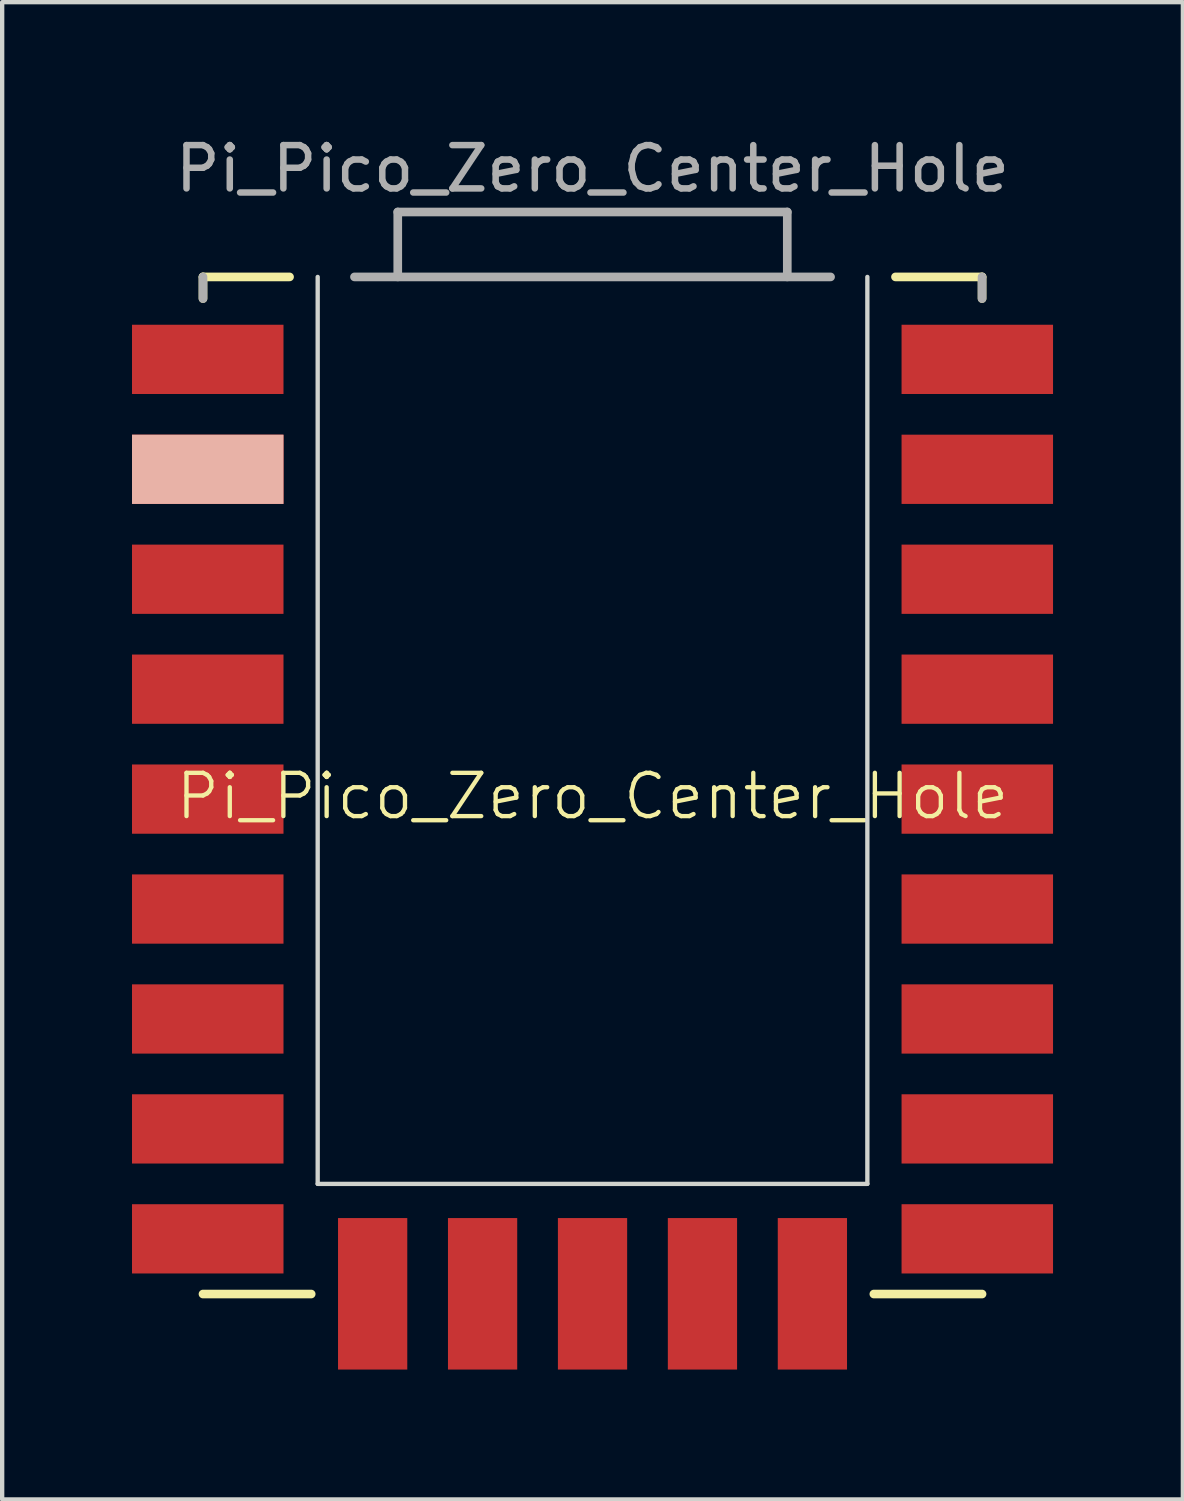
<source format=kicad_pcb>
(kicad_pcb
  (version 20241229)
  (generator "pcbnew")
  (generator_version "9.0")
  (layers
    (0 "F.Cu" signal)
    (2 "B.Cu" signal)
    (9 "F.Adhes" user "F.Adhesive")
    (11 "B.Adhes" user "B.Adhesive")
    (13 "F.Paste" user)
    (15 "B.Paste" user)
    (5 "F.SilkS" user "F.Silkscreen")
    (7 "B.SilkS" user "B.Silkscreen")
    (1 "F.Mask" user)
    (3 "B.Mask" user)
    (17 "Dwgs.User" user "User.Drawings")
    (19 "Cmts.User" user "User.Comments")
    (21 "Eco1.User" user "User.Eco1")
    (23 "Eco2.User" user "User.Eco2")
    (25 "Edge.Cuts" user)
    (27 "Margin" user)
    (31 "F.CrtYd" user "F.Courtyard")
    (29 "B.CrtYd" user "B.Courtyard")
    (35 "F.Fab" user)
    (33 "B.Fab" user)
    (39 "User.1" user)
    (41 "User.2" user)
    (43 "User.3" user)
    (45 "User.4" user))
  (footprint "Pi_Pico_Zero_Center_Hole"
    (layer "F.Cu")
    (at 10.64 15.348)
    (property "Reference" "Pi_Pico_Zero_Center_Hole" (at 0 0 0) (unlocked yes) (layer "F.SilkS") (effects (font (size 1 1) (thickness 0.1))))
    (attr smd)
    (fp_line (start -9 -12) (end -7 -12) (stroke (width 0.2) (type default)) (layer "F.SilkS"))
    (fp_line (start -9 -11.5) (end -9 -12) (stroke (width 0.2) (type default)) (layer "F.SilkS"))
    (fp_line (start -9 11.5) (end -6.5 11.5) (stroke (width 0.2) (type default)) (layer "F.SilkS"))
    (fp_line (start 6.5 11.5) (end 9 11.5) (stroke (width 0.2) (type default)) (layer "F.SilkS"))
    (fp_line (start 9 -12) (end 7 -12) (stroke (width 0.2) (type default)) (layer "F.SilkS"))
    (fp_line (start 9 -11.5) (end 9 -12) (stroke (width 0.2) (type default)) (layer "F.SilkS"))
    (fp_line (start -6.35 -12) (end -6.35 8.955) (stroke (width 0.1) (type default)) (layer "Edge.Cuts"))
    (fp_line (start -6.35 8.955) (end 6.35 8.955) (stroke (width 0.1) (type default)) (layer "Edge.Cuts"))
    (fp_line (start 6.35 8.955) (end 6.35 -12) (stroke (width 0.1) (type default)) (layer "Edge.Cuts"))
    (fp_line (start -9 -12) (end -9 -11.5) (stroke (width 0.2) (type default)) (layer "F.Fab"))
    (fp_line (start -5.5 -12) (end 5.5 -12) (stroke (width 0.2) (type default)) (layer "F.Fab"))
    (fp_line (start -4.5 -13.5) (end -4.5 -12) (stroke (width 0.2) (type default)) (layer "F.Fab"))
    (fp_line (start -4.5 -13.5) (end 4.5 -13.5) (stroke (width 0.2) (type default)) (layer "F.Fab"))
    (fp_line (start 4.5 -13.5) (end 4.5 -12) (stroke (width 0.2) (type default)) (layer "F.Fab"))
    (fp_line (start 9 -12) (end 9 -11.5) (stroke (width 0.2) (type default)) (layer "F.Fab"))
    (fp_text user "${REFERENCE}" (at 0 -14.5 0) (unlocked yes) (layer "F.Fab") (effects (font (size 1 1) (thickness 0.15))))
    (pad "1" smd rect (at -8.89 -10.095 90) (size 1.6 3.5) (layers "F.Cu" "F.Mask" "F.Paste"))
    (pad "2" smd rect (at -8.89 -7.555 90) (size 1.6 3.5) (layers "F.Cu" "F.Mask" "B.SilkS" "F.Paste"))
    (pad "3" smd rect (at -8.89 -5.015 90) (size 1.6 3.5) (layers "F.Cu" "F.Mask" "F.Paste"))
    (pad "4" smd rect (at -8.89 -2.475 90) (size 1.6 3.5) (layers "F.Cu" "F.Mask" "F.Paste"))
    (pad "5" smd rect (at -8.89 0.065 90) (size 1.6 3.5) (layers "F.Cu" "F.Mask" "F.Paste"))
    (pad "6" smd rect (at -8.89 2.605 90) (size 1.6 3.5) (layers "F.Cu" "F.Mask" "F.Paste"))
    (pad "7" smd rect (at -8.89 5.145 90) (size 1.6 3.5) (layers "F.Cu" "F.Mask" "F.Paste"))
    (pad "8" smd rect (at -8.89 7.685 90) (size 1.6 3.5) (layers "F.Cu" "F.Mask" "F.Paste"))
    (pad "9" smd rect (at -8.89 10.225 90) (size 1.6 3.5) (layers "F.Cu" "F.Mask" "F.Paste"))
    (pad "10" smd rect (at -5.08 11.495 180) (size 1.6 3.5) (layers "F.Cu" "F.Mask" "F.Paste"))
    (pad "11" smd rect (at -2.54 11.495 180) (size 1.6 3.5) (layers "F.Cu" "F.Mask" "F.Paste"))
    (pad "12" smd rect (at 0 11.495 180) (size 1.6 3.5) (layers "F.Cu" "F.Mask" "F.Paste"))
    (pad "13" smd rect (at 2.54 11.495 180) (size 1.6 3.5) (layers "F.Cu" "F.Mask" "F.Paste"))
    (pad "14" smd rect (at 5.08 11.495 180) (size 1.6 3.5) (layers "F.Cu" "F.Mask" "F.Paste"))
    (pad "15" smd rect (at 8.89 10.225 270) (size 1.6 3.5) (layers "F.Cu" "F.Mask" "F.Paste"))
    (pad "16" smd rect (at 8.89 7.685 270) (size 1.6 3.5) (layers "F.Cu" "F.Mask" "F.Paste"))
    (pad "17" smd rect (at 8.89 5.145 270) (size 1.6 3.5) (layers "F.Cu" "F.Mask" "F.Paste"))
    (pad "18" smd rect (at 8.89 2.605 270) (size 1.6 3.5) (layers "F.Cu" "F.Mask" "F.Paste"))
    (pad "19" smd rect (at 8.89 0.065 270) (size 1.6 3.5) (layers "F.Cu" "F.Mask" "F.Paste"))
    (pad "20" smd rect (at 8.89 -2.475 270) (size 1.6 3.5) (layers "F.Cu" "F.Mask" "F.Paste"))
    (pad "21" smd rect (at 8.89 -5.015 270) (size 1.6 3.5) (layers "F.Cu" "F.Mask" "F.Paste"))
    (pad "22" smd rect (at 8.89 -7.555 270) (size 1.6 3.5) (layers "F.Cu" "F.Mask" "F.Paste"))
    (pad "23" smd rect (at 8.89 -10.095 270) (size 1.6 3.5) (layers "F.Cu" "F.Mask" "F.Paste")))
  (gr_rect
    (start -3 -3)
    (end 24.28 31.593)
    (stroke (width 0.1) (type default))
    (fill no)
    (layer "Edge.Cuts")))
</source>
